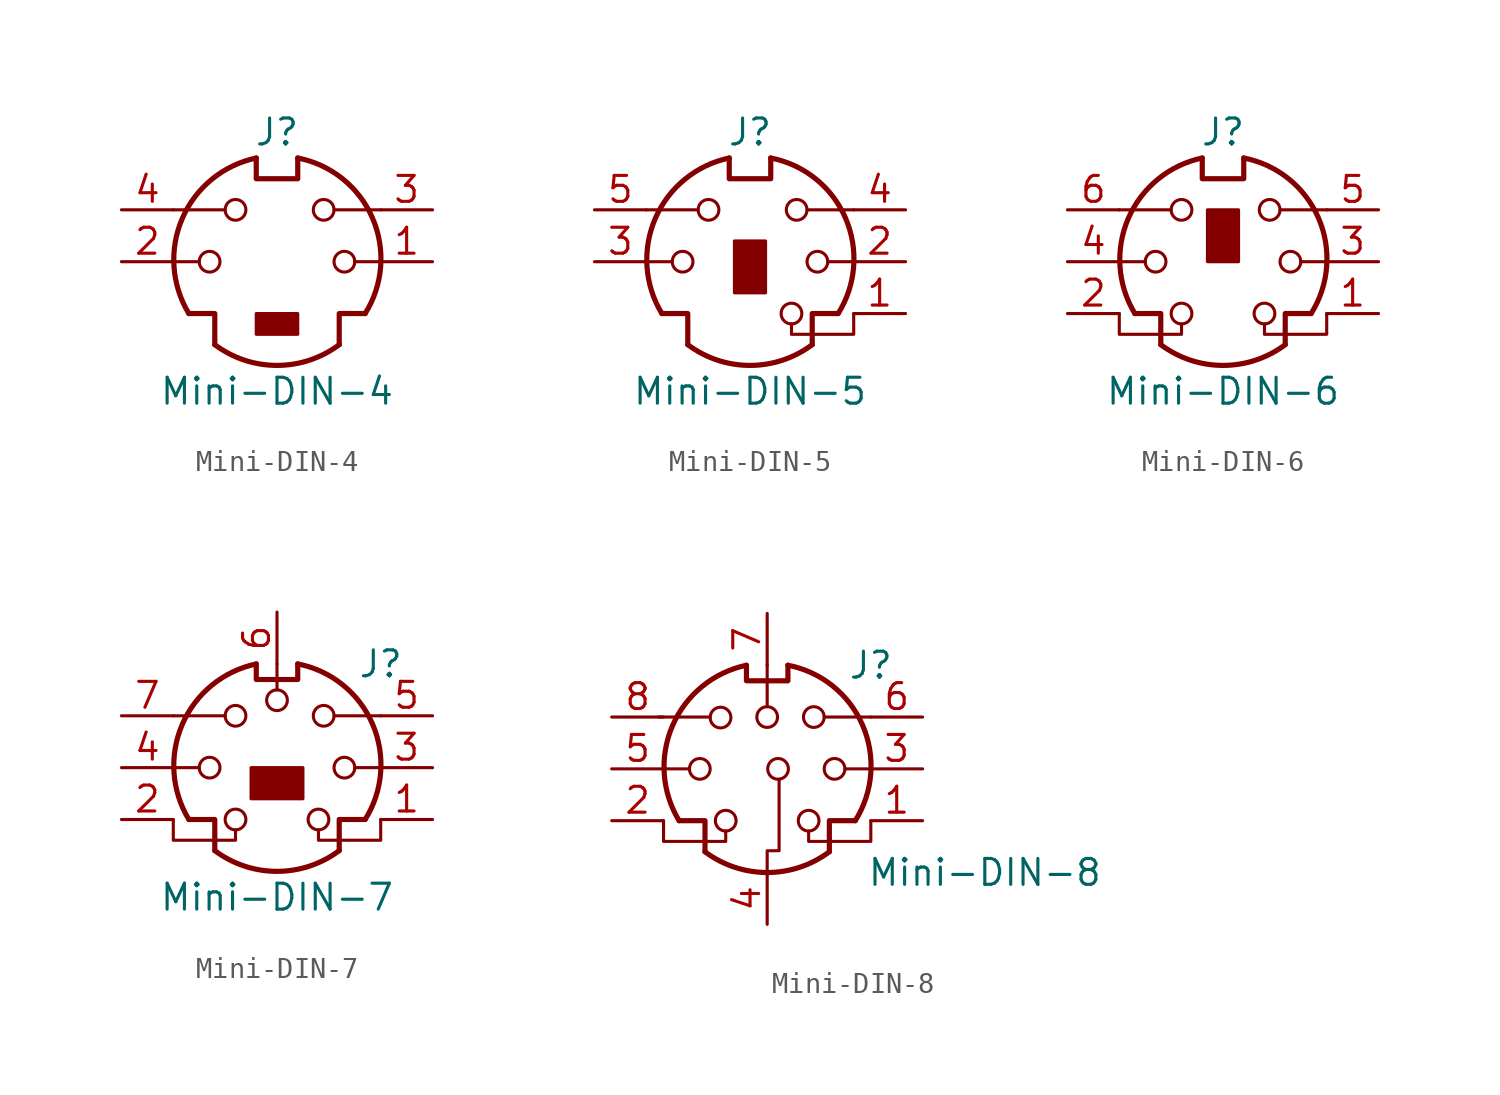
<source format=kicad_sym>
(kicad_symbol_lib
  (version 20201005)
  (generator kicad_symbol_editor)
  (symbol "Connector:Mini-DIN-4"
    (pin_names
      (offset 1.016))
    (property "Reference" "J"
      (at 0 6.35 0)
      (effects (font (size 1.27 1.27))))
    (property "Value" "Mini-DIN-4"
      (at 0 -6.35 0)
      (effects (font (size 1.27 1.27))))
    (symbol "Mini-DIN-4_0_1"
      (arc (start -3.048 -4.064) (end 3.048 -4.064) (radius (at 0 0) (length 5.08) (angles -126.9 -53.1)) (stroke (width 0.254)) (fill (type none)))
      (arc (start -1.016 5.08) (end -4.318 -2.54) (radius (at 0.0508 0.1016) (length 5.08) (angles 102.1 -148.8)) (stroke (width 0.254)) (fill (type none)))
      (arc (start 4.318 -2.54) (end 1.016 5.08) (radius (at 0.0508 0.127) (length 5.0292) (angles -32 79)) (stroke (width 0.254)) (fill (type none)))
      (circle (center -3.302 0) (radius 0.508) (stroke (width 0)) (fill (type none)))
      (circle (center -2.032 2.54) (radius 0.508) (stroke (width 0)) (fill (type none)))
      (circle (center 2.286 2.54) (radius 0.508) (stroke (width 0)) (fill (type none)))
      (circle (center 3.302 0) (radius 0.508) (stroke (width 0)) (fill (type none)))
      (rectangle (start -1.016 -2.54) (end 1.016 -3.556) (stroke (width 0)) (fill (type outline)))
      (polyline (pts (xy -3.81 0) (xy -5.08 0)) (stroke (width 0)) (fill (type none)))
      (polyline (pts (xy -2.54 2.54) (xy -5.08 2.54)) (stroke (width 0)) (fill (type none)))
      (polyline (pts (xy 2.794 2.54) (xy 5.08 2.54)) (stroke (width 0)) (fill (type none)))
      (polyline (pts (xy 5.08 0) (xy 3.81 0)) (stroke (width 0)) (fill (type none)))
      (polyline (pts (xy -4.318 -2.54) (xy -3.048 -2.54) (xy -3.048 -4.064)) (stroke (width 0.254)) (fill (type none)))
      (polyline (pts (xy 4.318 -2.54) (xy 3.048 -2.54) (xy 3.048 -4.064)) (stroke (width 0.254)) (fill (type none)))
      (polyline (pts (xy -1.016 5.08) (xy -1.016 4.064) (xy 1.016 4.064) (xy 1.016 5.08)) (stroke (width 0.254)) (fill (type none))))
    (symbol "Mini-DIN-4_1_1"
      (pin passive line (at 7.62 0 180) (length 2.54) (name "~" (effects (font (size 1.27 1.27)))) (number "1" (effects (font (size 1.27 1.27)))))
      (pin passive line (at -7.62 0 0) (length 2.54) (name "~" (effects (font (size 1.27 1.27)))) (number "2" (effects (font (size 1.27 1.27)))))
      (pin passive line (at 7.62 2.54 180) (length 2.54) (name "~" (effects (font (size 1.27 1.27)))) (number "3" (effects (font (size 1.27 1.27)))))
      (pin passive line (at -7.62 2.54 0) (length 2.54) (name "~" (effects (font (size 1.27 1.27)))) (number "4" (effects (font (size 1.27 1.27)))))))
  (symbol "Connector:Mini-DIN-5"
    (pin_names
      (offset 1.016))
    (property "Reference" "J"
      (at 0 6.35 0)
      (effects (font (size 1.27 1.27))))
    (property "Value" "Mini-DIN-5"
      (at 0 -6.35 0)
      (effects (font (size 1.27 1.27))))
    (symbol "Mini-DIN-5_0_1"
      (arc (start -3.048 -4.064) (end 3.048 -4.064) (radius (at 0 0) (length 5.08) (angles -126.9 -53.1)) (stroke (width 0.254)) (fill (type none)))
      (arc (start -1.016 5.08) (end -4.318 -2.54) (radius (at 0.0508 0.1016) (length 5.08) (angles 102.1 -148.8)) (stroke (width 0.254)) (fill (type none)))
      (arc (start 4.318 -2.54) (end 1.016 5.08) (radius (at 0.0508 0.127) (length 5.0292) (angles -32 79)) (stroke (width 0.254)) (fill (type none)))
      (circle (center -3.302 0) (radius 0.508) (stroke (width 0)) (fill (type none)))
      (circle (center -2.032 2.54) (radius 0.508) (stroke (width 0)) (fill (type none)))
      (circle (center 2.032 -2.54) (radius 0.508) (stroke (width 0)) (fill (type none)))
      (circle (center 2.286 2.54) (radius 0.508) (stroke (width 0)) (fill (type none)))
      (circle (center 3.302 0) (radius 0.508) (stroke (width 0)) (fill (type none)))
      (rectangle (start -0.762 1.016) (end 0.762 -1.524) (stroke (width 0)) (fill (type outline)))
      (polyline (pts (xy -3.81 0) (xy -5.08 0)) (stroke (width 0)) (fill (type none)))
      (polyline (pts (xy -2.54 2.54) (xy -5.08 2.54)) (stroke (width 0)) (fill (type none)))
      (polyline (pts (xy 2.794 2.54) (xy 5.08 2.54)) (stroke (width 0)) (fill (type none)))
      (polyline (pts (xy 5.08 0) (xy 3.81 0)) (stroke (width 0)) (fill (type none)))
      (polyline (pts (xy -4.318 -2.54) (xy -3.048 -2.54) (xy -3.048 -4.064)) (stroke (width 0.254)) (fill (type none)))
      (polyline (pts (xy 4.318 -2.54) (xy 3.048 -2.54) (xy 3.048 -4.064)) (stroke (width 0.254)) (fill (type none)))
      (polyline (pts (xy -1.016 5.08) (xy -1.016 4.064) (xy 1.016 4.064) (xy 1.016 5.08)) (stroke (width 0.254)) (fill (type none)))
      (polyline (pts (xy 2.032 -3.048) (xy 2.032 -3.556) (xy 5.08 -3.556) (xy 5.08 -2.54)) (stroke (width 0)) (fill (type none))))
    (symbol "Mini-DIN-5_1_1"
      (pin passive line (at 7.62 -2.54 180) (length 2.54) (name "~" (effects (font (size 1.27 1.27)))) (number "1" (effects (font (size 1.27 1.27)))))
      (pin passive line (at 7.62 0 180) (length 2.54) (name "~" (effects (font (size 1.27 1.27)))) (number "2" (effects (font (size 1.27 1.27)))))
      (pin passive line (at -7.62 0 0) (length 2.54) (name "~" (effects (font (size 1.27 1.27)))) (number "3" (effects (font (size 1.27 1.27)))))
      (pin passive line (at 7.62 2.54 180) (length 2.54) (name "~" (effects (font (size 1.27 1.27)))) (number "4" (effects (font (size 1.27 1.27)))))
      (pin passive line (at -7.62 2.54 0) (length 2.54) (name "~" (effects (font (size 1.27 1.27)))) (number "5" (effects (font (size 1.27 1.27)))))))
  (symbol "Connector:Mini-DIN-6"
    (pin_names
      (offset 1.016))
    (property "Reference" "J"
      (at 0 6.35 0)
      (effects (font (size 1.27 1.27))))
    (property "Value" "Mini-DIN-6"
      (at 0 -6.35 0)
      (effects (font (size 1.27 1.27))))
    (symbol "Mini-DIN-6_0_1"
      (arc (start -3.048 -4.064) (end 3.048 -4.064) (radius (at 0 0) (length 5.08) (angles -126.9 -53.1)) (stroke (width 0.254)) (fill (type none)))
      (arc (start -1.016 5.08) (end -4.318 -2.54) (radius (at 0.0508 0.1016) (length 5.08) (angles 102.1 -148.8)) (stroke (width 0.254)) (fill (type none)))
      (arc (start 4.318 -2.54) (end 1.016 5.08) (radius (at 0.0508 0.127) (length 5.0292) (angles -32 79)) (stroke (width 0.254)) (fill (type none)))
      (circle (center -3.302 0) (radius 0.508) (stroke (width 0)) (fill (type none)))
      (circle (center -2.032 -2.54) (radius 0.508) (stroke (width 0)) (fill (type none)))
      (circle (center -2.032 2.54) (radius 0.508) (stroke (width 0)) (fill (type none)))
      (circle (center 2.032 -2.54) (radius 0.508) (stroke (width 0)) (fill (type none)))
      (circle (center 2.286 2.54) (radius 0.508) (stroke (width 0)) (fill (type none)))
      (circle (center 3.302 0) (radius 0.508) (stroke (width 0)) (fill (type none)))
      (rectangle (start -0.762 2.54) (end 0.762 0) (stroke (width 0)) (fill (type outline)))
      (polyline (pts (xy -3.81 0) (xy -5.08 0)) (stroke (width 0)) (fill (type none)))
      (polyline (pts (xy -2.54 2.54) (xy -5.08 2.54)) (stroke (width 0)) (fill (type none)))
      (polyline (pts (xy 2.794 2.54) (xy 5.08 2.54)) (stroke (width 0)) (fill (type none)))
      (polyline (pts (xy 5.08 0) (xy 3.81 0)) (stroke (width 0)) (fill (type none)))
      (polyline (pts (xy -4.318 -2.54) (xy -3.048 -2.54) (xy -3.048 -4.064)) (stroke (width 0.254)) (fill (type none)))
      (polyline (pts (xy 4.318 -2.54) (xy 3.048 -2.54) (xy 3.048 -4.064)) (stroke (width 0.254)) (fill (type none)))
      (polyline (pts (xy -2.032 -3.048) (xy -2.032 -3.556) (xy -5.08 -3.556) (xy -5.08 -2.54)) (stroke (width 0)) (fill (type none)))
      (polyline (pts (xy -1.016 5.08) (xy -1.016 4.064) (xy 1.016 4.064) (xy 1.016 5.08)) (stroke (width 0.254)) (fill (type none)))
      (polyline (pts (xy 2.032 -3.048) (xy 2.032 -3.556) (xy 5.08 -3.556) (xy 5.08 -2.54)) (stroke (width 0)) (fill (type none))))
    (symbol "Mini-DIN-6_1_1"
      (pin passive line (at 7.62 -2.54 180) (length 2.54) (name "~" (effects (font (size 1.27 1.27)))) (number "1" (effects (font (size 1.27 1.27)))))
      (pin passive line (at -7.62 -2.54 0) (length 2.54) (name "~" (effects (font (size 1.27 1.27)))) (number "2" (effects (font (size 1.27 1.27)))))
      (pin passive line (at 7.62 0 180) (length 2.54) (name "~" (effects (font (size 1.27 1.27)))) (number "3" (effects (font (size 1.27 1.27)))))
      (pin passive line (at -7.62 0 0) (length 2.54) (name "~" (effects (font (size 1.27 1.27)))) (number "4" (effects (font (size 1.27 1.27)))))
      (pin passive line (at 7.62 2.54 180) (length 2.54) (name "~" (effects (font (size 1.27 1.27)))) (number "5" (effects (font (size 1.27 1.27)))))
      (pin passive line (at -7.62 2.54 0) (length 2.54) (name "~" (effects (font (size 1.27 1.27)))) (number "6" (effects (font (size 1.27 1.27)))))))
  (symbol "Connector:Mini-DIN-7"
    (pin_names
      (offset 1.016))
    (property "Reference" "J"
      (at 5.08 5.08 0)
      (effects (font (size 1.27 1.27))))
    (property "Value" "Mini-DIN-7"
      (at 0 -6.35 0)
      (effects (font (size 1.27 1.27))))
    (symbol "Mini-DIN-7_0_1"
      (arc (start -3.048 -4.064) (end 3.048 -4.064) (radius (at 0 0) (length 5.08) (angles -126.9 -53.1)) (stroke (width 0.254)) (fill (type none)))
      (arc (start -1.016 5.08) (end -4.318 -2.54) (radius (at 0.0508 0.1016) (length 5.08) (angles 102.1 -148.8)) (stroke (width 0.254)) (fill (type none)))
      (arc (start 4.318 -2.54) (end 1.016 5.08) (radius (at 0.0508 0.127) (length 5.0292) (angles -32 79)) (stroke (width 0.254)) (fill (type none)))
      (circle (center -3.302 0) (radius 0.508) (stroke (width 0)) (fill (type none)))
      (circle (center -2.032 -2.54) (radius 0.508) (stroke (width 0)) (fill (type none)))
      (circle (center -2.032 2.54) (radius 0.508) (stroke (width 0)) (fill (type none)))
      (circle (center 0 3.302) (radius 0.508) (stroke (width 0)) (fill (type none)))
      (circle (center 2.032 -2.54) (radius 0.508) (stroke (width 0)) (fill (type none)))
      (circle (center 2.286 2.54) (radius 0.508) (stroke (width 0)) (fill (type none)))
      (circle (center 3.302 0) (radius 0.508) (stroke (width 0)) (fill (type none)))
      (polyline (pts (xy -3.81 0) (xy -5.08 0)) (stroke (width 0)) (fill (type none)))
      (polyline (pts (xy -2.54 2.54) (xy -5.08 2.54)) (stroke (width 0)) (fill (type none)))
      (polyline (pts (xy 0 3.81) (xy 0 5.08)) (stroke (width 0)) (fill (type none)))
      (polyline (pts (xy 2.794 2.54) (xy 5.08 2.54)) (stroke (width 0)) (fill (type none)))
      (polyline (pts (xy 5.08 0) (xy 3.81 0)) (stroke (width 0)) (fill (type none)))
      (polyline (pts (xy -4.318 -2.54) (xy -3.048 -2.54) (xy -3.048 -4.064)) (stroke (width 0.254)) (fill (type none)))
      (polyline (pts (xy 4.318 -2.54) (xy 3.048 -2.54) (xy 3.048 -4.064)) (stroke (width 0.254)) (fill (type none)))
      (polyline (pts (xy -2.032 -3.048) (xy -2.032 -3.556) (xy -5.08 -3.556) (xy -5.08 -2.54)) (stroke (width 0)) (fill (type none)))
      (polyline (pts (xy -1.016 5.08) (xy -1.016 4.318) (xy 1.016 4.318) (xy 1.016 5.08)) (stroke (width 0.254)) (fill (type none)))
      (polyline (pts (xy 2.032 -3.048) (xy 2.032 -3.556) (xy 5.08 -3.556) (xy 5.08 -2.54)) (stroke (width 0)) (fill (type none))))
    (symbol "Mini-DIN-7_1_1"
      (rectangle (start -1.27 -1.524) (end 1.27 0) (stroke (width 0)) (fill (type outline)))
      (pin passive line (at 7.62 -2.54 180) (length 2.54) (name "~" (effects (font (size 1.27 1.27)))) (number "1" (effects (font (size 1.27 1.27)))))
      (pin passive line (at -7.62 -2.54 0) (length 2.54) (name "~" (effects (font (size 1.27 1.27)))) (number "2" (effects (font (size 1.27 1.27)))))
      (pin passive line (at 7.62 0 180) (length 2.54) (name "~" (effects (font (size 1.27 1.27)))) (number "3" (effects (font (size 1.27 1.27)))))
      (pin passive line (at -7.62 0 0) (length 2.54) (name "~" (effects (font (size 1.27 1.27)))) (number "4" (effects (font (size 1.27 1.27)))))
      (pin passive line (at 7.62 2.54 180) (length 2.54) (name "~" (effects (font (size 1.27 1.27)))) (number "5" (effects (font (size 1.27 1.27)))))
      (pin passive line (at 0 7.62 270) (length 2.54) (name "~" (effects (font (size 1.27 1.27)))) (number "6" (effects (font (size 1.27 1.27)))))
      (pin passive line (at -7.62 2.54 0) (length 2.54) (name "~" (effects (font (size 1.27 1.27)))) (number "7" (effects (font (size 1.27 1.27)))))))
  (symbol "Connector:Mini-DIN-8"
    (pin_names
      (offset 1.016))
    (property "Reference" "J"
      (at 5.08 5.08 0)
      (effects (font (size 1.27 1.27))))
    (property "Value" "Mini-DIN-8"
      (at 10.668 -5.08 0)
      (effects (font (size 1.27 1.27))))
    (symbol "Mini-DIN-8_0_1"
      (arc (start -3.048 -4.064) (end 3.048 -4.064) (radius (at 0 0) (length 5.08) (angles -126.9 -53.1)) (stroke (width 0.254)) (fill (type none)))
      (arc (start -1.016 5.08) (end -4.318 -2.54) (radius (at 0.0508 0.1016) (length 5.08) (angles 102.1 -148.8)) (stroke (width 0.254)) (fill (type none)))
      (arc (start 4.318 -2.54) (end 1.016 5.08) (radius (at 0.0508 0.127) (length 5.0292) (angles -32 79)) (stroke (width 0.254)) (fill (type none)))
      (circle (center -3.302 0) (radius 0.508) (stroke (width 0)) (fill (type none)))
      (circle (center -2.286 2.515) (radius 0.508) (stroke (width 0)) (fill (type none)))
      (circle (center -2.032 -2.54) (radius 0.508) (stroke (width 0)) (fill (type none)))
      (circle (center 0 2.54) (radius 0.508) (stroke (width 0)) (fill (type none)))
      (circle (center 2.032 -2.54) (radius 0.508) (stroke (width 0)) (fill (type none)))
      (circle (center 2.286 2.54) (radius 0.508) (stroke (width 0)) (fill (type none)))
      (circle (center 3.302 0) (radius 0.508) (stroke (width 0)) (fill (type none)))
      (polyline (pts (xy -3.81 0) (xy -5.08 0)) (stroke (width 0)) (fill (type none)))
      (polyline (pts (xy -2.794 2.54) (xy -5.334 2.54)) (stroke (width 0)) (fill (type none)))
      (polyline (pts (xy 0 5.105) (xy 0 3.048)) (stroke (width 0)) (fill (type none)))
      (polyline (pts (xy 2.794 2.54) (xy 5.08 2.54)) (stroke (width 0)) (fill (type none)))
      (polyline (pts (xy 5.08 0) (xy 3.81 0)) (stroke (width 0)) (fill (type none)))
      (polyline (pts (xy -4.318 -2.54) (xy -3.048 -2.54) (xy -3.048 -4.064)) (stroke (width 0.254)) (fill (type none)))
      (polyline (pts (xy 4.318 -2.54) (xy 3.048 -2.54) (xy 3.048 -4.064)) (stroke (width 0.254)) (fill (type none)))
      (polyline (pts (xy -2.032 -3.048) (xy -2.032 -3.556) (xy -5.08 -3.556) (xy -5.08 -2.54)) (stroke (width 0)) (fill (type none)))
      (polyline (pts (xy -1.016 5.08) (xy -1.016 4.318) (xy 1.016 4.318) (xy 1.016 5.08)) (stroke (width 0.254)) (fill (type none)))
      (polyline (pts (xy 0.584 -0.508) (xy 0.584 -4.013) (xy 0 -4.013) (xy 0 -5.182)) (stroke (width 0)) (fill (type none)))
      (polyline (pts (xy 2.032 -3.048) (xy 2.032 -3.556) (xy 5.08 -3.556) (xy 5.08 -2.54)) (stroke (width 0)) (fill (type none))))
    (symbol "Mini-DIN-8_1_1"
      (circle (center 0.533 0) (radius 0.508) (stroke (width 0)) (fill (type none)))
      (pin passive line (at 7.62 -2.54 180) (length 2.54) (name "~" (effects (font (size 1.27 1.27)))) (number "1" (effects (font (size 1.27 1.27)))))
      (pin passive line (at -7.62 -2.54 0) (length 2.54) (name "~" (effects (font (size 1.27 1.27)))) (number "2" (effects (font (size 1.27 1.27)))))
      (pin passive line (at 7.62 0 180) (length 2.54) (name "~" (effects (font (size 1.27 1.27)))) (number "3" (effects (font (size 1.27 1.27)))))
      (pin passive line (at 0 -7.62 90) (length 2.54) (name "~" (effects (font (size 1.27 1.27)))) (number "4" (effects (font (size 1.27 1.27)))))
      (pin passive line (at -7.62 0 0) (length 2.54) (name "~" (effects (font (size 1.27 1.27)))) (number "5" (effects (font (size 1.27 1.27)))))
      (pin passive line (at 7.62 2.54 180) (length 2.54) (name "~" (effects (font (size 1.27 1.27)))) (number "6" (effects (font (size 1.27 1.27)))))
      (pin passive line (at 0 7.62 270) (length 2.54) (name "~" (effects (font (size 1.27 1.27)))) (number "7" (effects (font (size 1.27 1.27)))))
      (pin passive line (at -7.62 2.54 0) (length 2.54) (name "~" (effects (font (size 1.27 1.27)))) (number "8" (effects (font (size 1.27 1.27))))))))
</source>
